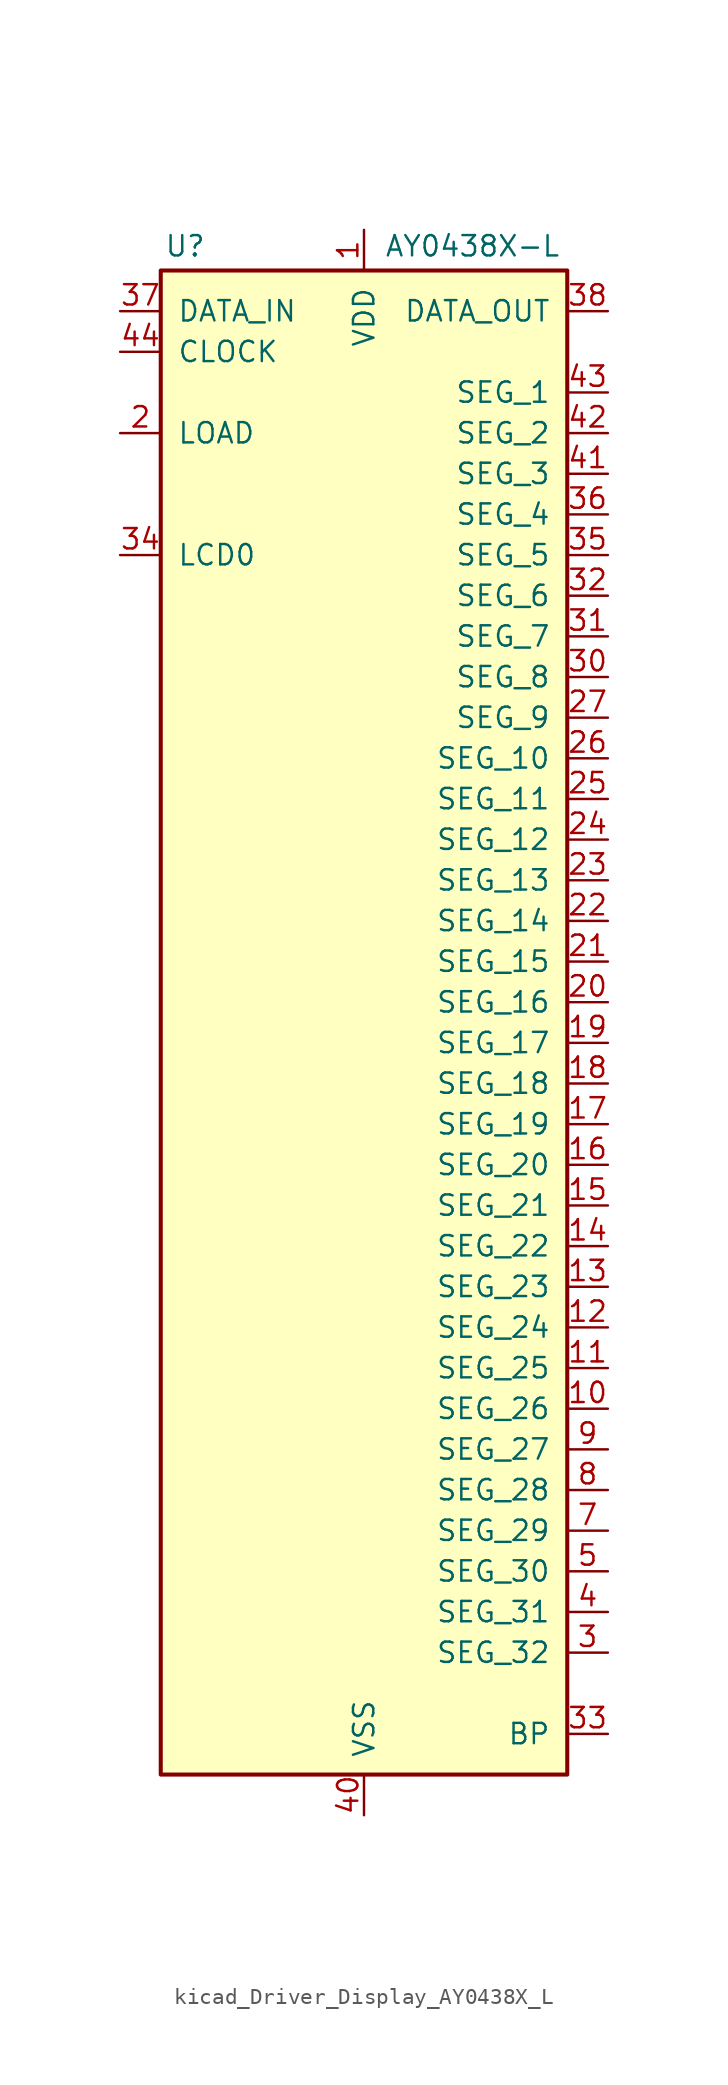
<source format=kicad_sym>
(kicad_symbol_lib
  (version 20220914)
  (generator kicad_symbol_editor)
  (symbol "kicad_Driver_Display_AY0438X_L"
    (pin_names
      (offset 1.016))
    (property "Reference" "U"
      (at -11.176 47.244 0)
      (effects (font (size 1.27 1.27))))
    (property "Value" "AY0438X-L"
      (at 1.27 47.244 0)
      (effects (font (size 1.27 1.27)) (justify left)))
    (symbol "kicad_Driver_Display_AY0438X_L_0_1"
      (rectangle (start -12.7 45.72) (end 12.7 -48.26) (stroke (width 0.254) (type default)) (fill (type background))))
    (symbol "kicad_Driver_Display_AY0438X_L_1_1"
      (pin power_in line (at 0 48.26 270) (length 2.54) (name "VDD" (effects (font (size 1.27 1.27)))) (number "1" (effects (font (size 1.27 1.27)))))
      (pin output line (at 15.24 -25.4 180) (length 2.54) (name "SEG_26" (effects (font (size 1.27 1.27)))) (number "10" (effects (font (size 1.27 1.27)))))
      (pin output line (at 15.24 -22.86 180) (length 2.54) (name "SEG_25" (effects (font (size 1.27 1.27)))) (number "11" (effects (font (size 1.27 1.27)))))
      (pin output line (at 15.24 -20.32 180) (length 2.54) (name "SEG_24" (effects (font (size 1.27 1.27)))) (number "12" (effects (font (size 1.27 1.27)))))
      (pin output line (at 15.24 -17.78 180) (length 2.54) (name "SEG_23" (effects (font (size 1.27 1.27)))) (number "13" (effects (font (size 1.27 1.27)))))
      (pin output line (at 15.24 -15.24 180) (length 2.54) (name "SEG_22" (effects (font (size 1.27 1.27)))) (number "14" (effects (font (size 1.27 1.27)))))
      (pin output line (at 15.24 -12.7 180) (length 2.54) (name "SEG_21" (effects (font (size 1.27 1.27)))) (number "15" (effects (font (size 1.27 1.27)))))
      (pin output line (at 15.24 -10.16 180) (length 2.54) (name "SEG_20" (effects (font (size 1.27 1.27)))) (number "16" (effects (font (size 1.27 1.27)))))
      (pin output line (at 15.24 -7.62 180) (length 2.54) (name "SEG_19" (effects (font (size 1.27 1.27)))) (number "17" (effects (font (size 1.27 1.27)))))
      (pin output line (at 15.24 -5.08 180) (length 2.54) (name "SEG_18" (effects (font (size 1.27 1.27)))) (number "18" (effects (font (size 1.27 1.27)))))
      (pin output line (at 15.24 -2.54 180) (length 2.54) (name "SEG_17" (effects (font (size 1.27 1.27)))) (number "19" (effects (font (size 1.27 1.27)))))
      (pin input line (at -15.24 35.56 0) (length 2.54) (name "LOAD" (effects (font (size 1.27 1.27)))) (number "2" (effects (font (size 1.27 1.27)))))
      (pin output line (at 15.24 0 180) (length 2.54) (name "SEG_16" (effects (font (size 1.27 1.27)))) (number "20" (effects (font (size 1.27 1.27)))))
      (pin output line (at 15.24 2.54 180) (length 2.54) (name "SEG_15" (effects (font (size 1.27 1.27)))) (number "21" (effects (font (size 1.27 1.27)))))
      (pin output line (at 15.24 5.08 180) (length 2.54) (name "SEG_14" (effects (font (size 1.27 1.27)))) (number "22" (effects (font (size 1.27 1.27)))))
      (pin output line (at 15.24 7.62 180) (length 2.54) (name "SEG_13" (effects (font (size 1.27 1.27)))) (number "23" (effects (font (size 1.27 1.27)))))
      (pin output line (at 15.24 10.16 180) (length 2.54) (name "SEG_12" (effects (font (size 1.27 1.27)))) (number "24" (effects (font (size 1.27 1.27)))))
      (pin output line (at 15.24 12.7 180) (length 2.54) (name "SEG_11" (effects (font (size 1.27 1.27)))) (number "25" (effects (font (size 1.27 1.27)))))
      (pin output line (at 15.24 15.24 180) (length 2.54) (name "SEG_10" (effects (font (size 1.27 1.27)))) (number "26" (effects (font (size 1.27 1.27)))))
      (pin output line (at 15.24 17.78 180) (length 2.54) (name "SEG_9" (effects (font (size 1.27 1.27)))) (number "27" (effects (font (size 1.27 1.27)))))
      (pin no_connect line (at -12.7 -38.1 0) (length 2.54) hide (name "NC" (effects (font (size 1.27 1.27)))) (number "28" (effects (font (size 1.27 1.27)))))
      (pin no_connect line (at -12.7 -35.56 0) (length 2.54) hide (name "NC" (effects (font (size 1.27 1.27)))) (number "29" (effects (font (size 1.27 1.27)))))
      (pin output line (at 15.24 -40.64 180) (length 2.54) (name "SEG_32" (effects (font (size 1.27 1.27)))) (number "3" (effects (font (size 1.27 1.27)))))
      (pin output line (at 15.24 20.32 180) (length 2.54) (name "SEG_8" (effects (font (size 1.27 1.27)))) (number "30" (effects (font (size 1.27 1.27)))))
      (pin output line (at 15.24 22.86 180) (length 2.54) (name "SEG_7" (effects (font (size 1.27 1.27)))) (number "31" (effects (font (size 1.27 1.27)))))
      (pin output line (at 15.24 25.4 180) (length 2.54) (name "SEG_6" (effects (font (size 1.27 1.27)))) (number "32" (effects (font (size 1.27 1.27)))))
      (pin output line (at 15.24 -45.72 180) (length 2.54) (name "BP" (effects (font (size 1.27 1.27)))) (number "33" (effects (font (size 1.27 1.27)))))
      (pin input line (at -15.24 27.94 0) (length 2.54) (name "LCD0" (effects (font (size 1.27 1.27)))) (number "34" (effects (font (size 1.27 1.27)))))
      (pin output line (at 15.24 27.94 180) (length 2.54) (name "SEG_5" (effects (font (size 1.27 1.27)))) (number "35" (effects (font (size 1.27 1.27)))))
      (pin output line (at 15.24 30.48 180) (length 2.54) (name "SEG_4" (effects (font (size 1.27 1.27)))) (number "36" (effects (font (size 1.27 1.27)))))
      (pin input line (at -15.24 43.18 0) (length 2.54) (name "DATA_IN" (effects (font (size 1.27 1.27)))) (number "37" (effects (font (size 1.27 1.27)))))
      (pin output line (at 15.24 43.18 180) (length 2.54) (name "DATA_OUT" (effects (font (size 1.27 1.27)))) (number "38" (effects (font (size 1.27 1.27)))))
      (pin no_connect line (at -12.7 -33.02 0) (length 2.54) hide (name "NC" (effects (font (size 1.27 1.27)))) (number "39" (effects (font (size 1.27 1.27)))))
      (pin output line (at 15.24 -38.1 180) (length 2.54) (name "SEG_31" (effects (font (size 1.27 1.27)))) (number "4" (effects (font (size 1.27 1.27)))))
      (pin power_in line (at 0 -50.8 90) (length 2.54) (name "VSS" (effects (font (size 1.27 1.27)))) (number "40" (effects (font (size 1.27 1.27)))))
      (pin output line (at 15.24 33.02 180) (length 2.54) (name "SEG_3" (effects (font (size 1.27 1.27)))) (number "41" (effects (font (size 1.27 1.27)))))
      (pin output line (at 15.24 35.56 180) (length 2.54) (name "SEG_2" (effects (font (size 1.27 1.27)))) (number "42" (effects (font (size 1.27 1.27)))))
      (pin output line (at 15.24 38.1 180) (length 2.54) (name "SEG_1" (effects (font (size 1.27 1.27)))) (number "43" (effects (font (size 1.27 1.27)))))
      (pin input line (at -15.24 40.64 0) (length 2.54) (name "CLOCK" (effects (font (size 1.27 1.27)))) (number "44" (effects (font (size 1.27 1.27)))))
      (pin output line (at 15.24 -35.56 180) (length 2.54) (name "SEG_30" (effects (font (size 1.27 1.27)))) (number "5" (effects (font (size 1.27 1.27)))))
      (pin no_connect line (at -12.7 -40.64 0) (length 2.54) hide (name "NC" (effects (font (size 1.27 1.27)))) (number "6" (effects (font (size 1.27 1.27)))))
      (pin output line (at 15.24 -33.02 180) (length 2.54) (name "SEG_29" (effects (font (size 1.27 1.27)))) (number "7" (effects (font (size 1.27 1.27)))))
      (pin output line (at 15.24 -30.48 180) (length 2.54) (name "SEG_28" (effects (font (size 1.27 1.27)))) (number "8" (effects (font (size 1.27 1.27)))))
      (pin output line (at 15.24 -27.94 180) (length 2.54) (name "SEG_27" (effects (font (size 1.27 1.27)))) (number "9" (effects (font (size 1.27 1.27))))))))
</source>
